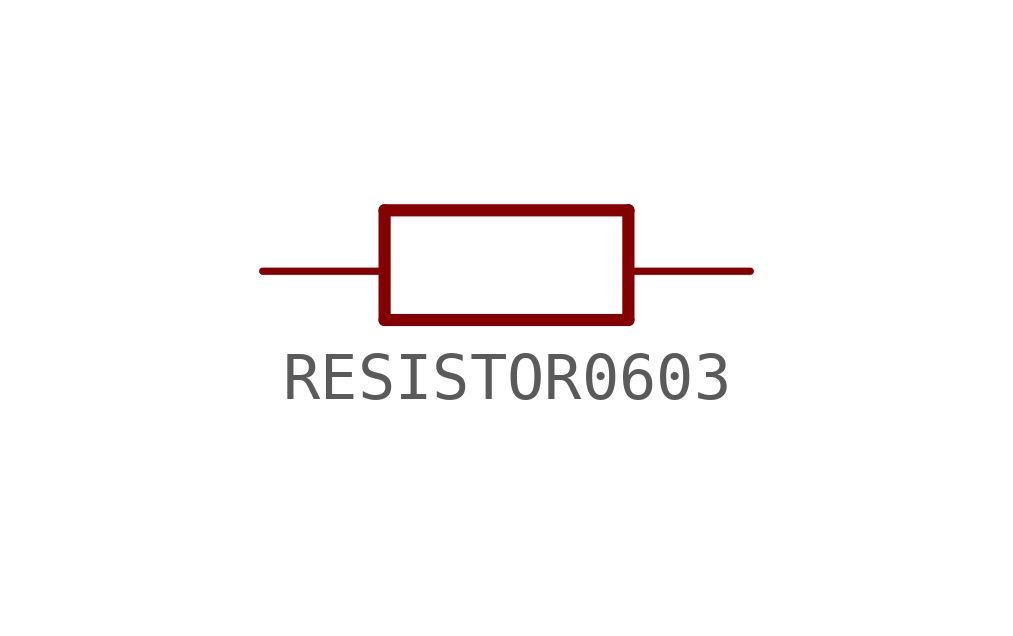
<source format=kicad_sym>
(kicad_symbol_lib
  (version 20231120)
  (generator "kicad_symbol_editor")
  (generator_version "8.0")
  (symbol "RESISTOR0603"
    (property "Reference" ""
      (at 4.064 1.905 0)
      (effects (font (size 1.27 1.079)) (justify left bottom) (hide yes)))
    (property "Value" ""
      (at 4.064 -0.381 0)
      (effects (font (size 1.27 1.079)) (justify left bottom)))
    (property "ki_locked" ""
      (at 0 0 0)
      (effects (font (size 1.27 1.27))))
    (symbol "RESISTOR0603_1_0"
      (polyline (pts (xy 2.54 -1.016) (xy 7.62 -1.016)) (stroke (width 0.254) (type solid)) (fill (type none)))
      (polyline (pts (xy 2.54 1.27) (xy 2.54 -1.016)) (stroke (width 0.254) (type solid)) (fill (type none)))
      (polyline (pts (xy 7.62 -1.016) (xy 7.62 1.27)) (stroke (width 0.254) (type solid)) (fill (type none)))
      (polyline (pts (xy 7.62 1.27) (xy 2.54 1.27)) (stroke (width 0.254) (type solid)) (fill (type none)))
      (pin bidirectional line (at 0 0 0) (length 2.54) (name "P$1" (effects (font (size 0 0)))) (number "P$1" (effects (font (size 0 0)))))
      (pin bidirectional line (at 10.16 0 180) (length 2.54) (name "P$2" (effects (font (size 0 0)))) (number "P$2" (effects (font (size 0 0))))))))
</source>
